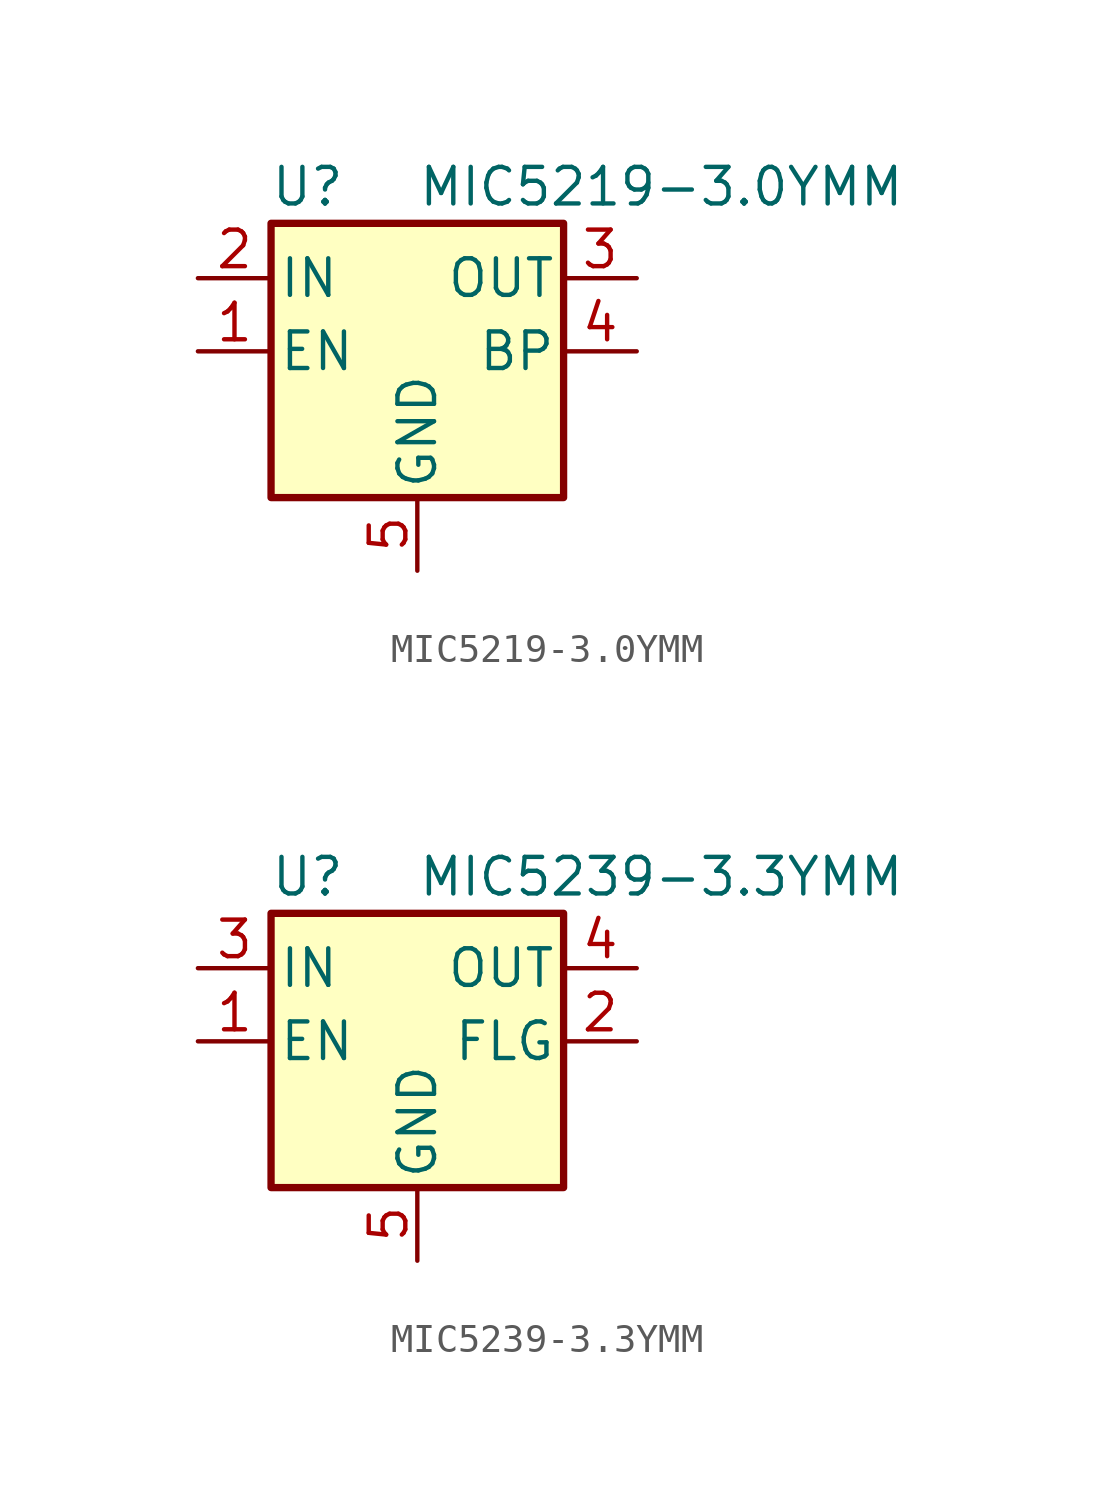
<source format=kicad_sym>
(kicad_symbol_lib
  (version 20200908)
  (generator kicad_symbol_editor)
  (symbol "MIC5239-3.0YMM:MIC5219-3.0YMM"
    (pin_names
      (offset 0.254))
    (property "Reference" "U"
      (at -3.81 5.715 0)
      (effects (font (size 1.27 1.27))))
    (property "Value" "MIC5219-3.0YMM"
      (at 0 5.715 0)
      (effects (font (size 1.27 1.27)) (justify left)))
    (symbol "MIC5219-3.0YMM_0_1"
      (rectangle (start -5.08 4.445) (end 5.08 -5.08) (stroke (width 0.254)) (fill (type background))))
    (symbol "MIC5219-3.0YMM_1_1"
      (pin input line (at -7.62 0 0) (length 2.54) (name "EN" (effects (font (size 1.27 1.27)))) (number "1" (effects (font (size 1.27 1.27)))))
      (pin power_in line (at -7.62 2.54 0) (length 2.54) (name "IN" (effects (font (size 1.27 1.27)))) (number "2" (effects (font (size 1.27 1.27)))))
      (pin power_out line (at 7.62 2.54 180) (length 2.54) (name "OUT" (effects (font (size 1.27 1.27)))) (number "3" (effects (font (size 1.27 1.27)))))
      (pin input line (at 7.62 0 180) (length 2.54) (name "BP" (effects (font (size 1.27 1.27)))) (number "4" (effects (font (size 1.27 1.27)))))
      (pin power_in line (at 0 -7.62 90) (length 2.54) (name "GND" (effects (font (size 1.27 1.27)))) (number "5" (effects (font (size 1.27 1.27)))))
      (pin passive line (at 0 -7.62 90) (length 2.54) hide (name "GND" (effects (font (size 1.27 1.27)))) (number "6" (effects (font (size 1.27 1.27)))))
      (pin passive line (at 0 -7.62 90) (length 2.54) hide (name "GND" (effects (font (size 1.27 1.27)))) (number "7" (effects (font (size 1.27 1.27)))))
      (pin passive line (at 0 -7.62 90) (length 2.54) hide (name "GND" (effects (font (size 1.27 1.27)))) (number "8" (effects (font (size 1.27 1.27)))))))
  (symbol "MIC5239-3.0YMM:MIC5239-3.3YMM"
    (pin_names
      (offset 0.254))
    (property "Reference" "U"
      (at -3.81 5.715 0)
      (effects (font (size 1.27 1.27))))
    (property "Value" "MIC5239-3.3YMM"
      (at 0 5.715 0)
      (effects (font (size 1.27 1.27)) (justify left)))
    (symbol "MIC5239-3.3YMM_0_1"
      (rectangle (start -5.08 4.445) (end 5.08 -5.08) (stroke (width 0.254)) (fill (type background))))
    (symbol "MIC5239-3.3YMM_1_1"
      (pin input line (at -7.62 0 0) (length 2.54) (name "EN" (effects (font (size 1.27 1.27)))) (number "1" (effects (font (size 1.27 1.27)))))
      (pin power_in line (at -7.62 2.54 0) (length 2.54) (name "IN" (effects (font (size 1.27 1.27)))) (number "3" (effects (font (size 1.27 1.27)))))
      (pin power_out line (at 7.62 2.54 180) (length 2.54) (name "OUT" (effects (font (size 1.27 1.27)))) (number "4" (effects (font (size 1.27 1.27)))))
      (pin open_collector line (at 7.62 0 180) (length 2.54) (name "FLG" (effects (font (size 1.27 1.27)))) (number "2" (effects (font (size 1.27 1.27)))))
      (pin power_in line (at 0 -7.62 90) (length 2.54) (name "GND" (effects (font (size 1.27 1.27)))) (number "5" (effects (font (size 1.27 1.27)))))
      (pin passive line (at 0 -7.62 90) (length 2.54) hide (name "GND" (effects (font (size 1.27 1.27)))) (number "6" (effects (font (size 1.27 1.27)))))
      (pin passive line (at 0 -7.62 90) (length 2.54) hide (name "GND" (effects (font (size 1.27 1.27)))) (number "7" (effects (font (size 1.27 1.27)))))
      (pin passive line (at 0 -7.62 90) (length 2.54) hide (name "GND" (effects (font (size 1.27 1.27)))) (number "8" (effects (font (size 1.27 1.27))))))))
</source>
